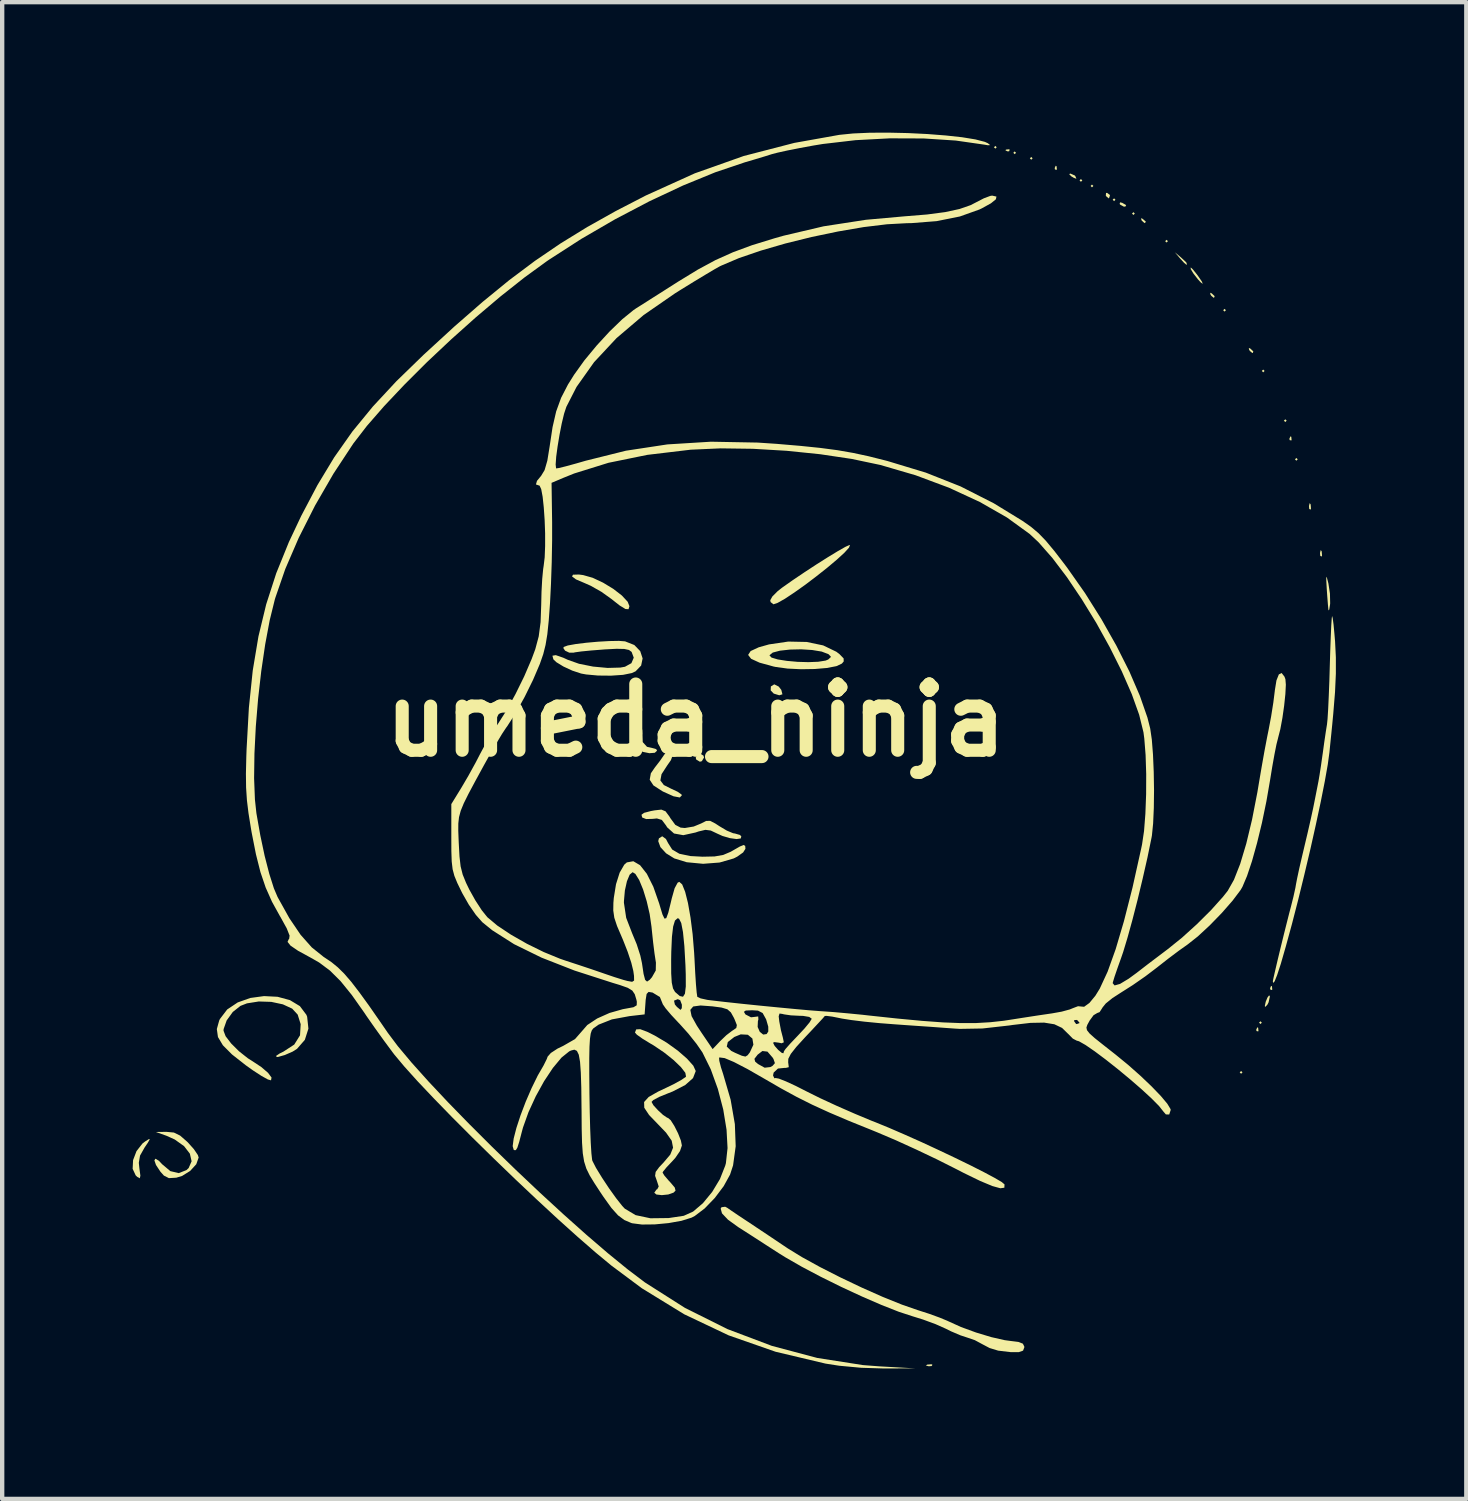
<source format=kicad_pcb>
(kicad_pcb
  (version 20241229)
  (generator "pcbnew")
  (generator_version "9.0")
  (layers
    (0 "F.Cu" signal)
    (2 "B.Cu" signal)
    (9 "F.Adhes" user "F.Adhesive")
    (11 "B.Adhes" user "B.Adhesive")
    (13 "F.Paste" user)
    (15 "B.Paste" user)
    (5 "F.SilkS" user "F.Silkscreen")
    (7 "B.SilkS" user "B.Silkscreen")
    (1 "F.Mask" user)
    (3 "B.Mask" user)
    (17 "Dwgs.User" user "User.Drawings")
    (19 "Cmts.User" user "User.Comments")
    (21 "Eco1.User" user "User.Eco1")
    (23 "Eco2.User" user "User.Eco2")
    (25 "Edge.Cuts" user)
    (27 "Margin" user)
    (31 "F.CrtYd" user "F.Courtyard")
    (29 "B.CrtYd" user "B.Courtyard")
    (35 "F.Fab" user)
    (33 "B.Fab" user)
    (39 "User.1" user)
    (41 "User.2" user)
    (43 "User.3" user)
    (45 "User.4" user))
  (footprint "umeda_ninja"
    (layer "F.Cu")
    (at 12.948 13.513)
    (property "Reference" "umeda_ninja" (at 0 0 0) (layer "F.SilkS") (effects (font (size 1.524 1.524) (thickness 0.3))))
    (attr board_only exclude_from_pos_files exclude_from_bom)
    (fp_poly (pts (xy 6.921 -13.176) (xy 6.89 -13.145) (xy 6.858 -13.176) (xy 6.89 -13.208)) (stroke (width 0) (type solid)) (fill yes) (layer "F.SilkS"))
    (fp_poly (pts (xy 7.366 -13.049) (xy 7.334 -13.018) (xy 7.303 -13.049) (xy 7.334 -13.081)) (stroke (width 0) (type solid)) (fill yes) (layer "F.SilkS"))
    (fp_poly (pts (xy 7.747 -12.922) (xy 7.715 -12.89) (xy 7.684 -12.922) (xy 7.715 -12.954)) (stroke (width 0) (type solid)) (fill yes) (layer "F.SilkS"))
    (fp_poly (pts (xy 8.89 -12.414) (xy 8.858 -12.383) (xy 8.826 -12.414) (xy 8.858 -12.446)) (stroke (width 0) (type solid)) (fill yes) (layer "F.SilkS"))
    (fp_poly (pts (xy 9.144 -12.287) (xy 9.112 -12.255) (xy 9.081 -12.287) (xy 9.112 -12.319)) (stroke (width 0) (type solid)) (fill yes) (layer "F.SilkS"))
    (fp_poly (pts (xy 9.652 -11.97) (xy 9.62 -11.938) (xy 9.588 -11.97) (xy 9.62 -12.002)) (stroke (width 0) (type solid)) (fill yes) (layer "F.SilkS"))
    (fp_poly (pts (xy 10.097 -11.652) (xy 10.065 -11.62) (xy 10.033 -11.652) (xy 10.065 -11.684)) (stroke (width 0) (type solid)) (fill yes) (layer "F.SilkS"))
    (fp_poly (pts (xy 10.858 -11.017) (xy 10.827 -10.986) (xy 10.795 -11.017) (xy 10.827 -11.049)) (stroke (width 0) (type solid)) (fill yes) (layer "F.SilkS"))
    (fp_poly (pts (xy 12.192 -9.43) (xy 12.16 -9.398) (xy 12.129 -9.43) (xy 12.16 -9.461)) (stroke (width 0) (type solid)) (fill yes) (layer "F.SilkS"))
    (fp_poly (pts (xy 12.573 8.096) (xy 12.541 8.128) (xy 12.509 8.096) (xy 12.541 8.065)) (stroke (width 0) (type solid)) (fill yes) (layer "F.SilkS"))
    (fp_poly (pts (xy 13.018 6.953) (xy 12.986 6.985) (xy 12.954 6.953) (xy 12.986 6.921)) (stroke (width 0) (type solid)) (fill yes) (layer "F.SilkS"))
    (fp_poly (pts (xy 13.081 -8.033) (xy 13.049 -8.001) (xy 13.018 -8.033) (xy 13.049 -8.065)) (stroke (width 0) (type solid)) (fill yes) (layer "F.SilkS"))
    (fp_poly (pts (xy 13.589 -6.89) (xy 13.557 -6.858) (xy 13.525 -6.89) (xy 13.557 -6.921)) (stroke (width 0) (type solid)) (fill yes) (layer "F.SilkS"))
    (fp_poly (pts (xy 13.843 -6.001) (xy 13.811 -5.969) (xy 13.78 -6.001) (xy 13.811 -6.032)) (stroke (width 0) (type solid)) (fill yes) (layer "F.SilkS"))
    (fp_poly (pts (xy 5.444 14.821) (xy 5.425 14.849) (xy 5.36 14.854) (xy 5.293 14.838) (xy 5.322 14.816) (xy 5.421 14.808)) (stroke (width 0) (type solid)) (fill yes) (layer "F.SilkS"))
    (fp_poly (pts (xy 7.218 -13.123) (xy 7.209 -13.086) (xy 7.176 -13.081) (xy 7.123 -13.104) (xy 7.133 -13.123) (xy 7.209 -13.131)) (stroke (width 0) (type solid)) (fill yes) (layer "F.SilkS"))
    (fp_poly (pts (xy 8.297 -12.742) (xy 8.305 -12.667) (xy 8.297 -12.658) (xy 8.26 -12.666) (xy 8.255 -12.7) (xy 8.278 -12.752)) (stroke (width 0) (type solid)) (fill yes) (layer "F.SilkS"))
    (fp_poly (pts (xy 12.933 7.07) (xy 12.94 7.145) (xy 12.933 7.154) (xy 12.895 7.146) (xy 12.89 7.112) (xy 12.914 7.06)) (stroke (width 0) (type solid)) (fill yes) (layer "F.SilkS"))
    (fp_poly (pts (xy 13.25 6.117) (xy 13.258 6.193) (xy 13.25 6.202) (xy 13.213 6.193) (xy 13.208 6.16) (xy 13.231 6.107)) (stroke (width 0) (type solid)) (fill yes) (layer "F.SilkS"))
    (fp_poly (pts (xy 13.695 -6.519) (xy 13.702 -6.444) (xy 13.695 -6.435) (xy 13.657 -6.443) (xy 13.652 -6.477) (xy 13.676 -6.529)) (stroke (width 0) (type solid)) (fill yes) (layer "F.SilkS"))
    (fp_poly (pts (xy 14.14 -4.965) (xy 14.148 -4.866) (xy 14.135 -4.843) (xy 14.107 -4.862) (xy 14.102 -4.927) (xy 14.118 -4.994)) (stroke (width 0) (type solid)) (fill yes) (layer "F.SilkS"))
    (fp_poly (pts (xy 14.394 -3.885) (xy 14.402 -3.786) (xy 14.389 -3.764) (xy 14.361 -3.783) (xy 14.356 -3.847) (xy 14.372 -3.915)) (stroke (width 0) (type solid)) (fill yes) (layer "F.SilkS"))
    (fp_poly (pts (xy 8.718 -12.527) (xy 8.731 -12.509) (xy 8.754 -12.452) (xy 8.694 -12.474) (xy 8.636 -12.509) (xy 8.587 -12.56) (xy 8.616 -12.572)) (stroke (width 0) (type solid)) (fill yes) (layer "F.SilkS"))
    (fp_poly (pts (xy 9.807 -11.899) (xy 9.897 -11.847) (xy 9.882 -11.814) (xy 9.846 -11.811) (xy 9.76 -11.857) (xy 9.748 -11.874) (xy 9.758 -11.91)) (stroke (width 0) (type solid)) (fill yes) (layer "F.SilkS"))
    (fp_poly (pts (xy 10.277 -11.531) (xy 10.345 -11.472) (xy 10.351 -11.458) (xy 10.32 -11.432) (xy 10.258 -11.49) (xy 10.249 -11.503) (xy 10.242 -11.547)) (stroke (width 0) (type solid)) (fill yes) (layer "F.SilkS"))
    (fp_poly (pts (xy 11.16 -10.642) (xy 11.28 -10.53) (xy 11.297 -10.481) (xy 11.281 -10.477) (xy 11.229 -10.52) (xy 11.138 -10.62) (xy 11.017 -10.763)) (stroke (width 0) (type solid)) (fill yes) (layer "F.SilkS"))
    (fp_poly (pts (xy 11.865 -9.817) (xy 11.933 -9.753) (xy 11.919 -9.716) (xy 11.91 -9.716) (xy 11.856 -9.761) (xy 11.837 -9.789) (xy 11.829 -9.832)) (stroke (width 0) (type solid)) (fill yes) (layer "F.SilkS"))
    (fp_poly (pts (xy 12.754 -8.547) (xy 12.822 -8.483) (xy 12.808 -8.446) (xy 12.799 -8.445) (xy 12.745 -8.491) (xy 12.726 -8.519) (xy 12.718 -8.562)) (stroke (width 0) (type solid)) (fill yes) (layer "F.SilkS"))
    (fp_poly (pts (xy 0.179 0.813) (xy 0.191 0.857) (xy 0.14 0.941) (xy 0.095 0.953) (xy 0.011 0.902) (xy 0 0.857) (xy 0.051 0.773) (xy 0.095 0.762)) (stroke (width 0) (type solid)) (fill yes) (layer "F.SilkS"))
    (fp_poly (pts (xy 9.522 -12.082) (xy 9.525 -12.065) (xy 9.503 -12.003) (xy 9.497 -12.002) (xy 9.443 -12.046) (xy 9.43 -12.065) (xy 9.435 -12.124) (xy 9.458 -12.129)) (stroke (width 0) (type solid)) (fill yes) (layer "F.SilkS"))
    (fp_poly (pts (xy 13.203 6.35) (xy 13.173 6.486) (xy 13.145 6.54) (xy 13.096 6.591) (xy 13.086 6.572) (xy 13.108 6.47) (xy 13.148 6.374) (xy 13.186 6.324)) (stroke (width 0) (type solid)) (fill yes) (layer "F.SilkS"))
    (fp_poly (pts (xy 1.909 -0.775) (xy 1.968 -0.699) (xy 1.994 -0.597) (xy 1.921 -0.575) (xy 1.794 -0.614) (xy 1.724 -0.687) (xy 1.728 -0.778) (xy 1.803 -0.825) (xy 1.808 -0.826)) (stroke (width 0) (type solid)) (fill yes) (layer "F.SilkS"))
    (fp_poly (pts (xy 11.432 -10.368) (xy 11.523 -10.255) (xy 11.547 -10.223) (xy 11.639 -10.089) (xy 11.659 -10.035) (xy 11.61 -10.072) (xy 11.545 -10.144) (xy 11.444 -10.275) (xy 11.383 -10.376) (xy 11.383 -10.414)) (stroke (width 0) (type solid)) (fill yes) (layer "F.SilkS"))
    (fp_poly (pts (xy 14.515 -3.276) (xy 14.547 -3.152) (xy 14.549 -3.143) (xy 14.584 -2.915) (xy 14.589 -2.692) (xy 14.587 -2.667) (xy 14.568 -2.547) (xy 14.552 -2.526) (xy 14.549 -2.54) (xy 14.538 -2.652) (xy 14.523 -2.844) (xy 14.511 -3.016) (xy 14.5 -3.217) (xy 14.5 -3.301)) (stroke (width 0) (type solid)) (fill yes) (layer "F.SilkS"))
    (fp_poly (pts (xy -12.553 9.635) (xy -12.601 9.718) (xy -12.673 9.824) (xy -12.778 10.01) (xy -12.806 10.176) (xy -12.793 10.301) (xy -12.77 10.471) (xy -12.783 10.532) (xy -12.841 10.5) (xy -12.878 10.465) (xy -12.948 10.314) (xy -12.938 10.114) (xy -12.859 9.907) (xy -12.722 9.732) (xy -12.66 9.684) (xy -12.573 9.63)) (stroke (width 0) (type solid)) (fill yes) (layer "F.SilkS"))
    (fp_poly (pts (xy -1.23 0.213) (xy -1.225 0.319) (xy -1.228 0.33) (xy -1.221 0.499) (xy -1.12 0.61) (xy -1.008 0.635) (xy -0.909 0.663) (xy -0.889 0.699) (xy -0.941 0.747) (xy -1.065 0.757) (xy -1.212 0.727) (xy -1.285 0.694) (xy -1.431 0.564) (xy -1.48 0.418) (xy -1.424 0.29) (xy -1.303 0.202)) (stroke (width 0) (type solid)) (fill yes) (layer "F.SilkS"))
    (fp_poly (pts (xy -2.588 -3.339) (xy -2.37 -3.277) (xy -2.131 -3.165) (xy -1.897 -3.023) (xy -1.699 -2.87) (xy -1.565 -2.726) (xy -1.524 -2.624) (xy -1.545 -2.554) (xy -1.617 -2.559) (xy -1.753 -2.643) (xy -1.942 -2.792) (xy -2.167 -2.953) (xy -2.414 -3.093) (xy -2.552 -3.154) (xy -2.754 -3.24) (xy -2.844 -3.308) (xy -2.822 -3.348) (xy -2.686 -3.352)) (stroke (width 0) (type solid)) (fill yes) (layer "F.SilkS"))
    (fp_poly (pts (xy 3.547 -4.031) (xy 3.525 -3.97) (xy 3.418 -3.852) (xy 3.244 -3.693) (xy 3.023 -3.507) (xy 2.774 -3.31) (xy 2.517 -3.115) (xy 2.269 -2.939) (xy 2.052 -2.795) (xy 1.884 -2.7) (xy 1.787 -2.667) (xy 1.722 -2.718) (xy 1.714 -2.76) (xy 1.763 -2.848) (xy 1.886 -2.971) (xy 1.984 -3.048) (xy 2.231 -3.222) (xy 2.504 -3.406) (xy 2.782 -3.588) (xy 3.045 -3.754) (xy 3.272 -3.892) (xy 3.443 -3.989) (xy 3.536 -4.031)) (stroke (width 0) (type solid)) (fill yes) (layer "F.SilkS"))
    (fp_poly (pts (xy -0.572 0.74) (xy -0.568 0.743) (xy -0.533 0.814) (xy -0.57 0.916) (xy -0.657 1.041) (xy -0.786 1.24) (xy -0.813 1.383) (xy -0.733 1.489) (xy -0.572 1.57) (xy -0.416 1.643) (xy -0.326 1.707) (xy -0.318 1.724) (xy -0.366 1.775) (xy -0.509 1.748) (xy -0.739 1.645) (xy -0.768 1.63) (xy -0.973 1.497) (xy -1.058 1.367) (xy -1.032 1.22) (xy -0.941 1.087) (xy -0.82 0.93) (xy -0.726 0.794) (xy -0.721 0.786) (xy -0.648 0.707)) (stroke (width 0) (type solid)) (fill yes) (layer "F.SilkS"))
    (fp_poly (pts (xy -0.685 2.729) (xy -0.636 2.822) (xy -0.541 2.972) (xy -0.376 3.069) (xy -0.123 3.122) (xy 0.157 3.137) (xy 0.434 3.131) (xy 0.633 3.096) (xy 0.805 3.023) (xy 0.845 3) (xy 1.016 2.902) (xy 1.104 2.867) (xy 1.138 2.889) (xy 1.143 2.956) (xy 1.09 3.039) (xy 0.955 3.135) (xy 0.873 3.177) (xy 0.548 3.271) (xy 0.17 3.3) (xy -0.206 3.264) (xy -0.493 3.176) (xy -0.681 3.059) (xy -0.812 2.916) (xy -0.862 2.779) (xy -0.846 2.715) (xy -0.77 2.667)) (stroke (width 0) (type solid)) (fill yes) (layer "F.SilkS"))
    (fp_poly (pts (xy -11.999 9.48) (xy -11.856 9.55) (xy -11.689 9.696) (xy -11.677 9.708) (xy -11.539 9.863) (xy -11.449 9.996) (xy -11.43 10.054) (xy -11.485 10.209) (xy -11.625 10.362) (xy -11.811 10.478) (xy -11.944 10.518) (xy -12.114 10.528) (xy -12.229 10.47) (xy -12.309 10.38) (xy -12.411 10.226) (xy -12.448 10.12) (xy -12.424 10.081) (xy -12.343 10.13) (xy -12.27 10.208) (xy -12.081 10.367) (xy -11.888 10.413) (xy -11.71 10.343) (xy -11.66 10.296) (xy -11.592 10.14) (xy -11.632 9.966) (xy -11.766 9.792) (xy -11.981 9.639) (xy -12.172 9.553) (xy -12.414 9.467) (xy -12.169 9.464)) (stroke (width 0) (type solid)) (fill yes) (layer "F.SilkS"))
    (fp_poly (pts (xy -0.694 2.093) (xy -0.604 2.214) (xy -0.581 2.253) (xy -0.469 2.405) (xy -0.347 2.468) (xy -0.25 2.477) (xy -0.046 2.443) (xy 0.124 2.373) (xy 0.238 2.315) (xy 0.33 2.312) (xy 0.448 2.372) (xy 0.546 2.436) (xy 0.716 2.537) (xy 0.86 2.597) (xy 0.9 2.603) (xy 1.015 2.636) (xy 1.048 2.667) (xy 1.037 2.717) (xy 0.939 2.731) (xy 0.787 2.71) (xy 0.615 2.66) (xy 0.5 2.608) (xy 0.346 2.535) (xy 0.223 2.519) (xy 0.067 2.556) (xy -0.004 2.58) (xy -0.286 2.642) (xy -0.499 2.603) (xy -0.656 2.462) (xy -0.684 2.417) (xy -0.779 2.291) (xy -0.893 2.257) (xy -0.99 2.267) (xy -1.14 2.271) (xy -1.229 2.236) (xy -1.231 2.234) (xy -1.247 2.172) (xy -1.187 2.128) (xy -1.031 2.087) (xy -0.944 2.071) (xy -0.79 2.054)) (stroke (width 0) (type solid)) (fill yes) (layer "F.SilkS"))
    (fp_poly (pts (xy 2.552 -1.801) (xy 2.931 -1.722) (xy 3.234 -1.576) (xy 3.305 -1.522) (xy 3.401 -1.423) (xy 3.403 -1.353) (xy 3.361 -1.304) (xy 3.236 -1.245) (xy 3.017 -1.203) (xy 2.735 -1.179) (xy 2.423 -1.174) (xy 2.112 -1.189) (xy 1.835 -1.227) (xy 1.788 -1.237) (xy 1.468 -1.325) (xy 1.274 -1.414) (xy 1.213 -1.493) (xy 1.696 -1.493) (xy 1.743 -1.442) (xy 1.887 -1.399) (xy 2.097 -1.366) (xy 2.342 -1.344) (xy 2.592 -1.337) (xy 2.818 -1.346) (xy 2.987 -1.373) (xy 3.048 -1.398) (xy 3.111 -1.458) (xy 3.061 -1.514) (xy 3.048 -1.522) (xy 2.897 -1.58) (xy 2.678 -1.616) (xy 2.424 -1.632) (xy 2.167 -1.626) (xy 1.938 -1.601) (xy 1.771 -1.557) (xy 1.696 -1.495) (xy 1.696 -1.493) (xy 1.213 -1.493) (xy 1.205 -1.503) (xy 1.263 -1.592) (xy 1.448 -1.678) (xy 1.686 -1.745) (xy 2.128 -1.81)) (stroke (width 0) (type solid)) (fill yes) (layer "F.SilkS"))
    (fp_poly (pts (xy -1.624 -1.815) (xy -1.412 -1.731) (xy -1.276 -1.59) (xy -1.221 -1.423) (xy -1.255 -1.259) (xy -1.383 -1.126) (xy -1.47 -1.086) (xy -1.671 -1.045) (xy -1.946 -1.026) (xy -2.247 -1.029) (xy -2.52 -1.054) (xy -2.635 -1.075) (xy -2.838 -1.142) (xy -3.043 -1.237) (xy -3.205 -1.336) (xy -3.273 -1.401) (xy -3.295 -1.485) (xy -3.218 -1.498) (xy -3.044 -1.438) (xy -2.94 -1.39) (xy -2.682 -1.299) (xy -2.36 -1.235) (xy -2.027 -1.204) (xy -1.734 -1.212) (xy -1.627 -1.231) (xy -1.479 -1.313) (xy -1.425 -1.44) (xy -1.474 -1.572) (xy -1.535 -1.617) (xy -1.641 -1.64) (xy -1.819 -1.644) (xy -2.092 -1.63) (xy -2.14 -1.626) (xy -2.407 -1.605) (xy -2.63 -1.583) (xy -2.775 -1.563) (xy -2.808 -1.555) (xy -2.908 -1.555) (xy -3.004 -1.601) (xy -3.045 -1.662) (xy -3.033 -1.687) (xy -2.943 -1.72) (xy -2.76 -1.753) (xy -2.517 -1.783) (xy -2.248 -1.807) (xy -1.986 -1.822) (xy -1.765 -1.826)) (stroke (width 0) (type solid)) (fill yes) (layer "F.SilkS"))
    (fp_poly (pts (xy -9.615 6.358) (xy -9.331 6.435) (xy -9.102 6.573) (xy -8.952 6.773) (xy -8.935 6.818) (xy -8.906 7.091) (xy -8.988 7.348) (xy -9.168 7.555) (xy -9.271 7.62) (xy -9.451 7.698) (xy -9.6 7.74) (xy -9.634 7.743) (xy -9.65 7.718) (xy -9.568 7.662) (xy -9.482 7.62) (xy -9.232 7.457) (xy -9.099 7.244) (xy -9.084 6.988) (xy -9.153 6.768) (xy -9.279 6.631) (xy -9.493 6.532) (xy -9.76 6.475) (xy -10.047 6.466) (xy -10.319 6.509) (xy -10.468 6.567) (xy -10.645 6.707) (xy -10.786 6.902) (xy -10.856 7.101) (xy -10.858 7.138) (xy -10.81 7.265) (xy -10.682 7.432) (xy -10.502 7.611) (xy -10.297 7.773) (xy -10.205 7.831) (xy -9.99 7.973) (xy -9.834 8.107) (xy -9.754 8.215) (xy -9.766 8.279) (xy -9.839 8.259) (xy -9.988 8.176) (xy -10.189 8.045) (xy -10.346 7.933) (xy -10.663 7.684) (xy -10.873 7.473) (xy -10.986 7.284) (xy -11.012 7.1) (xy -10.958 6.905) (xy -10.941 6.869) (xy -10.774 6.65) (xy -10.532 6.488) (xy -10.241 6.385) (xy -9.926 6.342)) (stroke (width 0) (type solid)) (fill yes) (layer "F.SilkS"))
    (fp_poly (pts (xy 0.724 11.21) (xy 0.816 11.274) (xy 0.98 11.385) (xy 1.179 11.517) (xy 1.181 11.518) (xy 1.403 11.666) (xy 1.684 11.853) (xy 1.979 12.051) (xy 2.114 12.142) (xy 2.443 12.344) (xy 2.859 12.573) (xy 3.329 12.812) (xy 3.821 13.046) (xy 4.303 13.26) (xy 4.742 13.437) (xy 5.102 13.562) (xy 5.366 13.647) (xy 5.608 13.735) (xy 5.782 13.807) (xy 5.801 13.816) (xy 6.099 13.951) (xy 6.446 14.078) (xy 6.797 14.184) (xy 7.105 14.254) (xy 7.223 14.27) (xy 7.422 14.295) (xy 7.523 14.335) (xy 7.556 14.402) (xy 7.556 14.42) (xy 7.527 14.495) (xy 7.428 14.53) (xy 7.242 14.529) (xy 6.955 14.495) (xy 6.758 14.435) (xy 6.606 14.355) (xy 6.418 14.254) (xy 6.255 14.198) (xy 6.088 14.143) (xy 5.872 14.051) (xy 5.749 13.99) (xy 5.516 13.886) (xy 5.228 13.78) (xy 4.987 13.705) (xy 4.669 13.601) (xy 4.271 13.444) (xy 3.821 13.249) (xy 3.346 13.029) (xy 2.875 12.796) (xy 2.436 12.564) (xy 2.057 12.346) (xy 1.922 12.262) (xy 1.635 12.077) (xy 1.355 11.896) (xy 1.117 11.743) (xy 0.974 11.652) (xy 0.741 11.483) (xy 0.604 11.338) (xy 0.574 11.229) (xy 0.593 11.197) (xy 0.677 11.186)) (stroke (width 0) (type solid)) (fill yes) (layer "F.SilkS"))
    (fp_poly (pts (xy 14.647 -2.35) (xy 14.667 -2.201) (xy 14.688 -1.977) (xy 14.702 -1.81) (xy 14.72 -1.448) (xy 14.72 -1.071) (xy 14.701 -0.649) (xy 14.66 -0.147) (xy 14.637 0.095) (xy 14.616 0.305) (xy 14.589 0.569) (xy 14.573 0.73) (xy 14.534 1.018) (xy 14.465 1.407) (xy 14.372 1.877) (xy 14.259 2.405) (xy 14.132 2.972) (xy 13.994 3.555) (xy 13.852 4.135) (xy 13.709 4.69) (xy 13.57 5.198) (xy 13.453 5.604) (xy 13.371 5.855) (xy 13.312 6.003) (xy 13.278 6.04) (xy 13.271 6) (xy 13.286 5.925) (xy 13.325 5.754) (xy 13.381 5.514) (xy 13.448 5.235) (xy 13.52 4.942) (xy 13.59 4.663) (xy 13.65 4.426) (xy 13.687 4.286) (xy 13.744 4.059) (xy 13.79 3.85) (xy 13.802 3.778) (xy 13.829 3.638) (xy 13.878 3.409) (xy 13.943 3.129) (xy 13.992 2.921) (xy 14.068 2.601) (xy 14.14 2.286) (xy 14.198 2.02) (xy 14.221 1.905) (xy 14.266 1.678) (xy 14.305 1.479) (xy 14.321 1.397) (xy 14.345 1.256) (xy 14.379 1.036) (xy 14.415 0.781) (xy 14.418 0.762) (xy 14.454 0.5) (xy 14.489 0.263) (xy 14.515 0.101) (xy 14.516 0.095) (xy 14.529 -0.029) (xy 14.543 -0.256) (xy 14.557 -0.56) (xy 14.571 -0.917) (xy 14.58 -1.235) (xy 14.591 -1.602) (xy 14.603 -1.922) (xy 14.614 -2.176) (xy 14.625 -2.341) (xy 14.633 -2.399)) (stroke (width 0) (type solid)) (fill yes) (layer "F.SilkS"))
    (fp_poly (pts (xy -1.102 7.169) (xy -0.94 7.251) (xy -0.664 7.415) (xy -0.41 7.598) (xy -0.2 7.781) (xy -0.055 7.943) (xy -0.000054 8.064) (xy 0 8.067) (xy -0.062 8.228) (xy -0.241 8.387) (xy -0.528 8.535) (xy -0.649 8.583) (xy -0.841 8.661) (xy -0.974 8.732) (xy -1.016 8.775) (xy -0.973 8.852) (xy -0.87 8.965) (xy -0.751 9.075) (xy -0.656 9.139) (xy -0.637 9.144) (xy -0.575 9.197) (xy -0.491 9.329) (xy -0.406 9.498) (xy -0.341 9.663) (xy -0.318 9.778) (xy -0.361 9.904) (xy -0.47 10.064) (xy -0.54 10.141) (xy -0.668 10.276) (xy -0.748 10.374) (xy -0.762 10.401) (xy -0.722 10.467) (xy -0.623 10.583) (xy -0.588 10.62) (xy -0.483 10.743) (xy -0.464 10.815) (xy -0.509 10.861) (xy -0.631 10.904) (xy -0.779 10.919) (xy -0.903 10.905) (xy -0.953 10.864) (xy -0.903 10.791) (xy -0.884 10.783) (xy -0.851 10.72) (xy -0.895 10.585) (xy -0.934 10.475) (xy -0.921 10.385) (xy -0.84 10.275) (xy -0.741 10.171) (xy -0.585 9.987) (xy -0.521 9.828) (xy -0.552 9.668) (xy -0.682 9.482) (xy -0.857 9.3) (xy -1.072 9.077) (xy -1.183 8.91) (xy -1.187 8.778) (xy -1.082 8.662) (xy -0.864 8.538) (xy -0.737 8.478) (xy -0.512 8.37) (xy -0.334 8.272) (xy -0.232 8.203) (xy -0.223 8.192) (xy -0.239 8.106) (xy -0.342 7.973) (xy -0.512 7.81) (xy -0.728 7.638) (xy -0.968 7.476) (xy -1.042 7.433) (xy -1.225 7.321) (xy -1.353 7.23) (xy -1.397 7.181) (xy -1.369 7.108) (xy -1.276 7.103)) (stroke (width 0) (type solid)) (fill yes) (layer "F.SilkS"))
    (fp_poly (pts (xy 4.879 -13.503) (xy 5.326 -13.481) (xy 5.75 -13.448) (xy 6.126 -13.407) (xy 6.433 -13.357) (xy 6.648 -13.301) (xy 6.718 -13.269) (xy 6.771 -13.226) (xy 6.718 -13.223) (xy 6.636 -13.237) (xy 5.98 -13.331) (xy 5.243 -13.379) (xy 4.463 -13.382) (xy 3.677 -13.34) (xy 2.923 -13.252) (xy 2.709 -13.217) (xy 2.394 -13.159) (xy 2.106 -13.102) (xy 1.88 -13.052) (xy 1.756 -13.02) (xy 1.591 -12.968) (xy 1.356 -12.897) (xy 1.128 -12.83) (xy 0.452 -12.602) (xy -0.288 -12.299) (xy -1.066 -11.934) (xy -1.855 -11.52) (xy -2.63 -11.07) (xy -3.363 -10.598) (xy -3.429 -10.553) (xy -3.94 -10.181) (xy -4.488 -9.747) (xy -5.055 -9.267) (xy -5.624 -8.758) (xy -6.177 -8.238) (xy -6.695 -7.721) (xy -7.163 -7.226) (xy -7.561 -6.769) (xy -7.871 -6.367) (xy -7.874 -6.363) (xy -8.331 -5.669) (xy -8.754 -4.937) (xy -9.128 -4.197) (xy -9.438 -3.479) (xy -9.668 -2.813) (xy -9.679 -2.776) (xy -9.796 -2.301) (xy -9.9 -1.745) (xy -9.99 -1.134) (xy -10.063 -0.495) (xy -10.116 0.147) (xy -10.147 0.764) (xy -10.155 1.332) (xy -10.136 1.822) (xy -10.102 2.137) (xy -10.013 2.642) (xy -9.913 3.115) (xy -9.806 3.53) (xy -9.7 3.864) (xy -9.615 4.064) (xy -9.344 4.551) (xy -9.086 4.932) (xy -8.829 5.222) (xy -8.56 5.438) (xy -8.527 5.46) (xy -8.373 5.564) (xy -8.23 5.681) (xy -8.084 5.825) (xy -7.923 6.011) (xy -7.736 6.254) (xy -7.509 6.567) (xy -7.232 6.966) (xy -7.08 7.187) (xy -6.849 7.495) (xy -6.534 7.871) (xy -6.146 8.304) (xy -5.7 8.779) (xy -5.207 9.285) (xy -4.682 9.809) (xy -4.137 10.338) (xy -3.585 10.86) (xy -3.039 11.362) (xy -2.512 11.832) (xy -2.017 12.257) (xy -1.567 12.624) (xy -1.175 12.921) (xy -1.162 12.93) (xy -0.249 13.511) (xy 0.728 13.999) (xy 1.75 14.385) (xy 2.795 14.663) (xy 3.844 14.827) (xy 4.223 14.856) (xy 5.048 14.903) (xy 4.318 14.905) (xy 3.805 14.889) (xy 3.3 14.842) (xy 2.985 14.793) (xy 1.835 14.52) (xy 0.756 14.143) (xy -0.264 13.659) (xy -1.238 13.061) (xy -1.935 12.542) (xy -2.296 12.243) (xy -2.712 11.881) (xy -3.169 11.47) (xy -3.653 11.022) (xy -4.152 10.551) (xy -4.652 10.069) (xy -5.14 9.59) (xy -5.602 9.127) (xy -6.025 8.692) (xy -6.396 8.3) (xy -6.701 7.961) (xy -6.927 7.691) (xy -6.966 7.64) (xy -7.171 7.363) (xy -7.385 7.065) (xy -7.571 6.799) (xy -7.618 6.728) (xy -7.909 6.316) (xy -8.166 5.999) (xy -8.409 5.757) (xy -8.659 5.57) (xy -8.86 5.455) (xy -9.144 5.3) (xy -9.317 5.182) (xy -9.386 5.095) (xy -9.357 5.031) (xy -9.349 5.026) (xy -9.339 4.951) (xy -9.405 4.784) (xy -9.55 4.521) (xy -9.559 4.507) (xy -9.743 4.174) (xy -9.889 3.846) (xy -10.009 3.492) (xy -10.113 3.079) (xy -10.212 2.577) (xy -10.229 2.477) (xy -10.284 2.134) (xy -10.32 1.838) (xy -10.339 1.549) (xy -10.343 1.228) (xy -10.334 0.835) (xy -10.328 0.667) (xy -10.275 -0.288) (xy -10.186 -1.145) (xy -10.055 -1.929) (xy -9.877 -2.666) (xy -9.646 -3.381) (xy -9.355 -4.099) (xy -9.072 -4.699) (xy -8.698 -5.409) (xy -8.312 -6.048) (xy -7.894 -6.642) (xy -7.423 -7.216) (xy -6.881 -7.799) (xy -6.258 -8.404) (xy -5.549 -9.055) (xy -4.899 -9.622) (xy -4.29 -10.12) (xy -3.699 -10.563) (xy -3.107 -10.966) (xy -2.494 -11.343) (xy -1.839 -11.71) (xy -1.146 -12.068) (xy -0.022 -12.577) (xy 1.104 -12.976) (xy 2.267 -13.277) (xy 3.302 -13.462) (xy 3.619 -13.494) (xy 4.003 -13.511) (xy 4.43 -13.513)) (stroke (width 0) (type solid)) (fill yes) (layer "F.SilkS"))
    (fp_poly (pts (xy 6.915 -12.043) (xy 6.903 -11.981) (xy 6.789 -11.888) (xy 6.579 -11.772) (xy 6.525 -11.746) (xy 6.074 -11.585) (xy 5.539 -11.478) (xy 4.955 -11.432) (xy 4.858 -11.431) (xy 4.399 -11.406) (xy 3.861 -11.341) (xy 3.273 -11.24) (xy 2.664 -11.113) (xy 2.062 -10.964) (xy 1.497 -10.8) (xy 0.997 -10.629) (xy 0.592 -10.457) (xy 0.55 -10.437) (xy 0.426 -10.367) (xy 0.219 -10.244) (xy -0.046 -10.084) (xy -0.344 -9.9) (xy -0.475 -9.818) (xy -1.197 -9.319) (xy -1.82 -8.789) (xy -2.337 -8.235) (xy -2.741 -7.665) (xy -2.975 -7.207) (xy -3.027 -7.05) (xy -3.081 -6.825) (xy -3.132 -6.564) (xy -3.176 -6.299) (xy -3.208 -6.062) (xy -3.221 -5.882) (xy -3.211 -5.793) (xy -3.209 -5.792) (xy -3.145 -5.801) (xy -2.984 -5.841) (xy -2.754 -5.904) (xy -2.532 -5.968) (xy -1.605 -6.199) (xy -0.651 -6.344) (xy 0.351 -6.406) (xy 1.423 -6.386) (xy 1.856 -6.357) (xy 2.409 -6.31) (xy 2.866 -6.263) (xy 3.259 -6.211) (xy 3.62 -6.148) (xy 3.978 -6.071) (xy 4.367 -5.973) (xy 4.413 -5.961) (xy 5.291 -5.695) (xy 6.09 -5.378) (xy 6.854 -4.99) (xy 7.517 -4.584) (xy 7.709 -4.449) (xy 7.88 -4.305) (xy 8.052 -4.127) (xy 8.246 -3.894) (xy 8.485 -3.584) (xy 8.549 -3.498) (xy 8.951 -2.926) (xy 9.329 -2.325) (xy 9.673 -1.716) (xy 9.972 -1.122) (xy 10.213 -0.563) (xy 10.387 -0.063) (xy 10.451 0.189) (xy 10.488 0.443) (xy 10.515 0.788) (xy 10.532 1.188) (xy 10.539 1.609) (xy 10.534 2.016) (xy 10.518 2.375) (xy 10.49 2.652) (xy 10.48 2.706) (xy 10.387 3.159) (xy 10.277 3.643) (xy 10.16 4.13) (xy 10.041 4.593) (xy 9.928 5.002) (xy 9.829 5.329) (xy 9.785 5.457) (xy 9.698 5.701) (xy 9.63 5.899) (xy 9.593 6.022) (xy 9.588 6.045) (xy 9.632 6.097) (xy 9.757 6.062) (xy 9.956 5.942) (xy 10.139 5.808) (xy 10.39 5.614) (xy 10.665 5.406) (xy 10.858 5.26) (xy 11.183 4.998) (xy 11.524 4.689) (xy 11.849 4.366) (xy 12.121 4.063) (xy 12.233 3.922) (xy 12.376 3.669) (xy 12.52 3.303) (xy 12.66 2.836) (xy 12.793 2.283) (xy 12.915 1.656) (xy 12.953 1.429) (xy 13.013 1.076) (xy 13.079 0.704) (xy 13.143 0.369) (xy 13.173 0.222) (xy 13.231 -0.085) (xy 13.282 -0.407) (xy 13.316 -0.677) (xy 13.316 -0.683) (xy 13.354 -0.917) (xy 13.409 -1.055) (xy 13.473 -1.087) (xy 13.538 -1.004) (xy 13.56 -0.945) (xy 13.57 -0.818) (xy 13.559 -0.602) (xy 13.531 -0.336) (xy 13.491 -0.054) (xy 13.443 0.205) (xy 13.391 0.407) (xy 13.39 0.413) (xy 13.355 0.55) (xy 13.309 0.78) (xy 13.257 1.07) (xy 13.209 1.365) (xy 13.123 1.863) (xy 13.021 2.356) (xy 12.908 2.821) (xy 12.792 3.237) (xy 12.677 3.581) (xy 12.571 3.831) (xy 12.528 3.905) (xy 12.344 4.149) (xy 12.097 4.431) (xy 11.82 4.716) (xy 11.548 4.968) (xy 11.313 5.154) (xy 11.303 5.161) (xy 11.11 5.298) (xy 10.869 5.479) (xy 10.628 5.668) (xy 10.604 5.687) (xy 10.342 5.886) (xy 10.05 6.089) (xy 9.79 6.254) (xy 9.787 6.256) (xy 9.584 6.387) (xy 9.429 6.512) (xy 9.353 6.606) (xy 9.351 6.612) (xy 9.287 6.711) (xy 9.233 6.731) (xy 9.148 6.782) (xy 9.056 6.908) (xy 9.048 6.924) (xy 9.005 7.003) (xy 8.984 7.065) (xy 8.997 7.126) (xy 9.056 7.201) (xy 9.175 7.308) (xy 9.367 7.461) (xy 9.643 7.678) (xy 9.652 7.685) (xy 9.945 7.925) (xy 10.227 8.175) (xy 10.482 8.418) (xy 10.694 8.638) (xy 10.844 8.817) (xy 10.918 8.939) (xy 10.922 8.961) (xy 10.888 9.065) (xy 10.811 9.063) (xy 10.751 8.993) (xy 10.653 8.869) (xy 10.48 8.694) (xy 10.252 8.484) (xy 9.988 8.255) (xy 9.708 8.023) (xy 9.43 7.803) (xy 9.176 7.613) (xy 8.964 7.467) (xy 8.813 7.381) (xy 8.76 7.366) (xy 8.672 7.32) (xy 8.564 7.21) (xy 8.562 7.209) (xy 8.424 7.074) (xy 8.247 6.99) (xy 8.012 6.952) (xy 7.699 6.958) (xy 7.288 7.006) (xy 7.215 7.017) (xy 6.594 7.087) (xy 6.073 7.096) (xy 5.985 7.091) (xy 5.731 7.073) (xy 5.393 7.048) (xy 5.012 7.022) (xy 4.631 6.995) (xy 4.589 6.992) (xy 4.227 6.964) (xy 3.879 6.93) (xy 3.579 6.893) (xy 3.363 6.859) (xy 3.334 6.853) (xy 3.141 6.814) (xy 3.008 6.797) (xy 2.968 6.8) (xy 2.921 6.855) (xy 2.805 6.98) (xy 2.641 7.156) (xy 2.519 7.285) (xy 2.313 7.511) (xy 2.187 7.671) (xy 2.129 7.784) (xy 2.126 7.869) (xy 2.128 7.878) (xy 2.14 7.977) (xy 2.069 7.994) (xy 2.054 7.992) (xy 1.891 8.008) (xy 1.792 8.101) (xy 1.778 8.167) (xy 1.808 8.232) (xy 1.837 8.226) (xy 1.913 8.24) (xy 2.076 8.304) (xy 2.301 8.408) (xy 2.551 8.535) (xy 2.861 8.689) (xy 3.246 8.867) (xy 3.659 9.048) (xy 4.057 9.214) (xy 4.128 9.241) (xy 4.445 9.371) (xy 4.805 9.527) (xy 5.191 9.699) (xy 5.583 9.881) (xy 5.965 10.062) (xy 6.32 10.235) (xy 6.628 10.391) (xy 6.873 10.522) (xy 7.037 10.618) (xy 7.101 10.672) (xy 7.097 10.748) (xy 7.005 10.761) (xy 6.821 10.71) (xy 6.541 10.593) (xy 6.161 10.408) (xy 5.955 10.302) (xy 5.541 10.094) (xy 5.074 9.872) (xy 4.604 9.658) (xy 4.179 9.477) (xy 4.064 9.43) (xy 3.522 9.211) (xy 3.071 9.019) (xy 2.68 8.84) (xy 2.321 8.66) (xy 1.963 8.465) (xy 1.597 8.253) (xy 1.191 8.02) (xy 0.879 7.858) (xy 0.706 7.785) (xy 1.35 7.785) (xy 1.367 7.849) (xy 1.434 7.905) (xy 1.585 7.989) (xy 1.716 7.974) (xy 1.768 7.945) (xy 1.821 7.884) (xy 1.789 7.79) (xy 1.769 7.757) (xy 1.65 7.619) (xy 1.533 7.605) (xy 1.424 7.689) (xy 1.35 7.785) (xy 0.706 7.785) (xy 0.665 7.768) (xy 0.55 7.753) (xy 0.537 7.76) (xy 0.542 7.83) (xy 0.581 7.982) (xy 0.63 8.132) (xy 0.803 8.725) (xy 0.9 9.285) (xy 0.919 9.795) (xy 0.859 10.235) (xy 0.79 10.446) (xy 0.643 10.713) (xy 0.438 10.985) (xy 0.205 11.226) (xy -0.023 11.399) (xy -0.096 11.437) (xy -0.327 11.509) (xy -0.624 11.562) (xy -0.942 11.592) (xy -1.236 11.595) (xy -1.46 11.566) (xy -1.483 11.559) (xy -1.642 11.491) (xy -1.787 11.383) (xy -1.939 11.213) (xy -2.121 10.959) (xy -2.187 10.861) (xy -2.33 10.642) (xy -2.438 10.466) (xy -2.515 10.309) (xy -2.566 10.147) (xy -2.597 9.957) (xy -2.614 9.714) (xy -2.622 9.395) (xy -2.625 8.976) (xy -2.626 8.917) (xy -2.631 8.453) (xy -2.642 8.103) (xy -2.66 7.853) (xy -2.675 7.768) (xy -2.448 7.768) (xy -2.448 8.124) (xy -2.444 8.59) (xy -2.437 9.008) (xy -2.427 9.388) (xy -2.414 9.71) (xy -2.399 9.955) (xy -2.383 10.101) (xy -2.377 10.128) (xy -2.293 10.292) (xy -2.156 10.516) (xy -1.994 10.761) (xy -1.829 10.991) (xy -1.689 11.168) (xy -1.63 11.231) (xy -1.382 11.379) (xy -1.042 11.451) (xy -0.622 11.446) (xy -0.275 11.394) (xy -0.06 11.297) (xy 0.165 11.105) (xy 0.378 10.846) (xy 0.557 10.549) (xy 0.679 10.24) (xy 0.694 10.185) (xy 0.732 9.837) (xy 0.709 9.415) (xy 0.633 8.951) (xy 0.509 8.477) (xy 0.346 8.026) (xy 0.154 7.637) (xy 0.019 7.441) (xy -0.169 7.205) (xy -0.373 6.978) (xy -0.393 6.958) (xy -0.563 6.776) (xy -0.692 6.624) (xy -0.758 6.528) (xy -0.763 6.513) (xy -0.79 6.447) (xy -0.499 6.447) (xy -0.479 6.535) (xy -0.432 6.591) (xy -0.349 6.66) (xy -0.349 6.659) (xy -0.124 6.659) (xy -0.095 6.803) (xy 0.027 7.023) (xy 0.131 7.181) (xy 0.389 7.561) (xy 0.443 7.504) (xy 0.714 7.504) (xy 0.817 7.602) (xy 0.905 7.646) (xy 1.061 7.714) (xy 1.143 7.733) (xy 1.194 7.702) (xy 1.245 7.636) (xy 1.326 7.46) (xy 1.319 7.415) (xy 1.778 7.415) (xy 1.815 7.487) (xy 1.896 7.579) (xy 1.979 7.648) (xy 2.016 7.657) (xy 2.03 7.609) (xy 2.065 7.558) (xy 2.169 7.44) (xy 2.32 7.281) (xy 2.342 7.258) (xy 2.501 7.088) (xy 2.617 6.948) (xy 2.667 6.866) (xy 2.667 6.862) (xy 2.61 6.821) (xy 2.467 6.797) (xy 2.386 6.795) (xy 2.188 6.785) (xy 2.03 6.762) (xy 1.997 6.753) (xy 1.927 6.743) (xy 1.908 6.807) (xy 1.922 6.927) (xy 1.96 7.128) (xy 2.004 7.297) (xy 2.026 7.405) (xy 1.974 7.427) (xy 1.915 7.414) (xy 1.808 7.4) (xy 1.778 7.415) (xy 1.319 7.415) (xy 1.303 7.318) (xy 1.199 7.231) (xy 1.036 7.222) (xy 0.888 7.282) (xy 0.738 7.399) (xy 0.714 7.504) (xy 0.443 7.504) (xy 0.56 7.38) (xy 0.705 7.241) (xy 0.84 7.138) (xy 0.856 7.129) (xy 0.933 7.075) (xy 0.946 7.008) (xy 0.896 6.882) (xy 0.877 6.84) (xy 0.809 6.718) (xy 0.794 6.704) (xy 1.108 6.704) (xy 1.144 6.764) (xy 1.272 6.83) (xy 1.349 6.821) (xy 1.437 6.81) (xy 1.441 6.88) (xy 1.43 6.918) (xy 1.424 7.052) (xy 1.473 7.163) (xy 1.552 7.227) (xy 1.631 7.215) (xy 1.669 7.156) (xy 1.668 7.045) (xy 1.622 6.886) (xy 1.616 6.871) (xy 1.539 6.732) (xy 1.432 6.676) (xy 1.297 6.668) (xy 1.15 6.674) (xy 1.108 6.704) (xy 0.794 6.704) (xy 0.728 6.646) (xy 0.595 6.606) (xy 0.385 6.578) (xy 0.111 6.558) (xy -0.058 6.581) (xy -0.124 6.659) (xy -0.349 6.659) (xy -0.32 6.621) (xy -0.318 6.54) (xy -0.357 6.437) (xy -0.413 6.413) (xy -0.499 6.447) (xy -0.79 6.447) (xy -0.824 6.363) (xy -0.991 6.262) (xy -0.996 6.26) (xy -1.084 6.246) (xy -1.129 6.293) (xy -1.151 6.431) (xy -1.155 6.49) (xy -1.175 6.763) (xy -1.524 6.803) (xy -1.928 6.878) (xy -2.232 6.998) (xy -2.356 7.086) (xy -2.39 7.131) (xy -2.415 7.205) (xy -2.432 7.325) (xy -2.443 7.508) (xy -2.448 7.768) (xy -2.675 7.768) (xy -2.689 7.69) (xy -2.732 7.602) (xy -2.791 7.574) (xy -2.869 7.594) (xy -2.91 7.614) (xy -3.086 7.756) (xy -3.284 7.994) (xy -3.487 8.3) (xy -3.679 8.648) (xy -3.846 9.012) (xy -3.972 9.365) (xy -3.998 9.461) (xy -4.059 9.696) (xy -4.102 9.829) (xy -4.136 9.884) (xy -4.172 9.885) (xy -4.185 9.878) (xy -4.209 9.793) (xy -4.186 9.617) (xy -4.123 9.373) (xy -4.028 9.083) (xy -3.909 8.77) (xy -3.774 8.458) (xy -3.632 8.168) (xy -3.499 7.938) (xy -3.425 7.789) (xy -3.405 7.734) (xy -3.331 7.65) (xy -3.178 7.55) (xy -3.048 7.487) (xy -2.776 7.331) (xy -2.628 7.162) (xy -2.493 7.007) (xy -2.266 6.857) (xy -1.982 6.73) (xy -1.676 6.643) (xy -1.599 6.629) (xy -1.43 6.598) (xy -1.357 6.554) (xy -1.354 6.472) (xy -1.365 6.421) (xy -1.402 6.299) (xy -1.458 6.216) (xy -1.562 6.152) (xy -1.743 6.088) (xy -1.909 6.038) (xy -2.789 5.754) (xy -3.545 5.458) (xy -4.177 5.148) (xy -4.682 4.826) (xy -4.906 4.644) (xy -5.053 4.478) (xy -5.217 4.241) (xy -5.367 3.978) (xy -5.382 3.948) (xy -5.482 3.742) (xy -5.549 3.579) (xy -5.59 3.426) (xy -5.611 3.247) (xy -5.619 3.009) (xy -5.62 2.697) (xy -5.62 2.54) (xy -5.46 2.54) (xy -5.452 2.75) (xy -5.449 2.821) (xy -5.432 3.132) (xy -5.406 3.359) (xy -5.359 3.546) (xy -5.282 3.736) (xy -5.205 3.895) (xy -5.068 4.14) (xy -4.92 4.368) (xy -4.791 4.529) (xy -4.789 4.53) (xy -4.563 4.72) (xy -4.249 4.929) (xy -3.881 5.139) (xy -3.493 5.33) (xy -3.118 5.484) (xy -2.993 5.527) (xy -2.694 5.625) (xy -2.391 5.726) (xy -2.141 5.812) (xy -2.095 5.828) (xy -1.869 5.905) (xy -1.665 5.969) (xy -1.571 5.994) (xy -1.462 6.014) (xy -1.417 5.985) (xy -1.419 5.877) (xy -1.435 5.764) (xy -1.481 5.576) (xy -1.565 5.323) (xy -1.672 5.051) (xy -1.698 4.99) (xy -1.809 4.731) (xy -1.872 4.541) (xy -1.896 4.374) (xy -1.893 4.195) (xy -1.651 4.195) (xy -1.599 4.542) (xy -1.463 4.895) (xy -1.357 5.15) (xy -1.274 5.409) (xy -1.236 5.584) (xy -1.199 5.832) (xy -1.163 5.969) (xy -1.119 6.009) (xy -1.056 5.966) (xy -1.007 5.909) (xy -0.919 5.754) (xy -0.915 5.573) (xy -0.922 5.528) (xy -0.926 5.504) (xy -0.565 5.504) (xy -0.564 5.82) (xy -0.551 6.032) (xy -0.522 6.166) (xy -0.476 6.246) (xy -0.472 6.25) (xy -0.366 6.341) (xy -0.292 6.357) (xy -0.248 6.287) (xy -0.228 6.12) (xy -0.229 5.845) (xy -0.236 5.636) (xy -0.261 5.192) (xy -0.293 4.87) (xy -0.333 4.662) (xy -0.383 4.563) (xy -0.417 4.552) (xy -0.477 4.605) (xy -0.519 4.743) (xy -0.547 4.979) (xy -0.562 5.324) (xy -0.565 5.504) (xy -0.926 5.504) (xy -0.948 5.359) (xy -0.979 5.11) (xy -1.009 4.827) (xy -1.017 4.747) (xy -1.059 4.455) (xy -1.127 4.161) (xy -1.21 3.891) (xy -1.3 3.673) (xy -1.388 3.532) (xy -1.451 3.493) (xy -1.519 3.55) (xy -1.582 3.702) (xy -1.629 3.914) (xy -1.65 4.152) (xy -1.651 4.195) (xy -1.893 4.195) (xy -1.892 4.186) (xy -1.884 4.087) (xy -1.833 3.77) (xy -1.749 3.504) (xy -1.643 3.32) (xy -1.584 3.268) (xy -1.435 3.241) (xy -1.28 3.332) (xy -1.124 3.53) (xy -0.975 3.827) (xy -0.84 4.213) (xy -0.823 4.271) (xy -0.764 4.466) (xy -0.718 4.561) (xy -0.677 4.55) (xy -0.631 4.426) (xy -0.572 4.186) (xy -0.551 4.096) (xy -0.485 3.863) (xy -0.416 3.735) (xy -0.378 3.715) (xy -0.311 3.775) (xy -0.243 3.944) (xy -0.178 4.203) (xy -0.12 4.534) (xy -0.071 4.918) (xy -0.037 5.337) (xy -0.028 5.491) (xy -0.012 5.802) (xy 0.005 6.067) (xy 0.022 6.26) (xy 0.036 6.356) (xy 0.038 6.36) (xy 0.113 6.395) (xy 0.268 6.429) (xy 0.335 6.438) (xy 0.665 6.476) (xy 1.053 6.518) (xy 1.472 6.561) (xy 1.891 6.602) (xy 2.281 6.639) (xy 2.614 6.669) (xy 2.86 6.688) (xy 2.921 6.692) (xy 3.174 6.71) (xy 3.499 6.739) (xy 3.838 6.772) (xy 3.969 6.787) (xy 4.641 6.859) (xy 5.207 6.912) (xy 5.685 6.947) (xy 6.092 6.963) (xy 6.449 6.962) (xy 6.774 6.943) (xy 7.003 6.918) (xy 8.7 6.918) (xy 8.746 6.982) (xy 8.763 6.985) (xy 8.825 6.963) (xy 8.826 6.957) (xy 8.782 6.903) (xy 8.763 6.89) (xy 8.704 6.895) (xy 8.7 6.918) (xy 7.003 6.918) (xy 7.084 6.909) (xy 7.239 6.885) (xy 7.552 6.836) (xy 7.863 6.788) (xy 8.121 6.75) (xy 8.191 6.74) (xy 8.414 6.7) (xy 8.602 6.649) (xy 8.675 6.619) (xy 8.791 6.575) (xy 8.844 6.58) (xy 8.931 6.588) (xy 9.053 6.5) (xy 9.19 6.334) (xy 9.291 6.17) (xy 9.472 5.779) (xy 9.657 5.262) (xy 9.847 4.619) (xy 10.043 3.851) (xy 10.242 2.956) (xy 10.263 2.857) (xy 10.309 2.548) (xy 10.34 2.15) (xy 10.357 1.7) (xy 10.359 1.237) (xy 10.345 0.798) (xy 10.315 0.42) (xy 10.296 0.276) (xy 10.197 -0.127) (xy 10.027 -0.602) (xy 9.797 -1.127) (xy 9.52 -1.681) (xy 9.21 -2.241) (xy 8.877 -2.784) (xy 8.537 -3.289) (xy 8.2 -3.734) (xy 7.88 -4.097) (xy 7.677 -4.286) (xy 7.157 -4.663) (xy 6.533 -5.02) (xy 5.826 -5.347) (xy 5.057 -5.634) (xy 4.25 -5.87) (xy 4.227 -5.875) (xy 3.587 -6.01) (xy 2.862 -6.118) (xy 2.091 -6.197) (xy 1.314 -6.243) (xy 0.571 -6.253) (xy -0.098 -6.223) (xy -0.118 -6.222) (xy -1.115 -6.103) (xy -2.006 -5.921) (xy -2.796 -5.675) (xy -3.039 -5.577) (xy -3.315 -5.46) (xy -3.302 -4.556) (xy -3.302 -4.13) (xy -3.311 -3.638) (xy -3.328 -3.142) (xy -3.35 -2.7) (xy -3.35 -2.699) (xy -3.38 -2.291) (xy -3.412 -1.979) (xy -3.453 -1.732) (xy -3.506 -1.521) (xy -3.578 -1.313) (xy -3.581 -1.303) (xy -3.741 -0.929) (xy -3.935 -0.535) (xy -4.14 -0.166) (xy -4.333 0.135) (xy -4.361 0.173) (xy -4.453 0.312) (xy -4.585 0.532) (xy -4.739 0.799) (xy -4.868 1.03) (xy -5.073 1.406) (xy -5.225 1.691) (xy -5.333 1.908) (xy -5.403 2.079) (xy -5.443 2.227) (xy -5.459 2.373) (xy -5.46 2.54) (xy -5.62 2.54) (xy -5.62 1.927) (xy -5.389 1.551) (xy -5.23 1.28) (xy -5.061 0.973) (xy -4.958 0.774) (xy -4.817 0.513) (xy -4.657 0.247) (xy -4.544 0.076) (xy -4.351 -0.226) (xy -4.144 -0.603) (xy -3.943 -1.012) (xy -3.773 -1.408) (xy -3.689 -1.635) (xy -3.61 -1.93) (xy -3.567 -2.258) (xy -3.553 -2.651) (xy -3.546 -2.956) (xy -3.53 -3.247) (xy -3.508 -3.478) (xy -3.497 -3.548) (xy -3.473 -3.746) (xy -3.463 -4.006) (xy -3.463 -4.301) (xy -3.474 -4.606) (xy -3.494 -4.895) (xy -3.52 -5.14) (xy -3.553 -5.315) (xy -3.59 -5.395) (xy -3.597 -5.397) (xy -3.674 -5.423) (xy -3.65 -5.506) (xy -3.555 -5.621) (xy -3.475 -5.753) (xy -3.412 -5.97) (xy -3.36 -6.291) (xy -3.292 -6.741) (xy -3.209 -7.102) (xy -3.095 -7.416) (xy -2.938 -7.72) (xy -2.796 -7.947) (xy -2.56 -8.276) (xy -2.279 -8.616) (xy -1.98 -8.941) (xy -1.688 -9.223) (xy -1.43 -9.433) (xy -1.365 -9.477) (xy -1.214 -9.572) (xy -0.986 -9.717) (xy -0.71 -9.892) (xy -0.417 -10.079) (xy -0.391 -10.095) (xy 0.05 -10.364) (xy 0.452 -10.581) (xy 0.855 -10.762) (xy 1.293 -10.924) (xy 1.806 -11.082) (xy 2.025 -11.144) (xy 2.941 -11.359) (xy 3.913 -11.509) (xy 4.794 -11.588) (xy 5.321 -11.631) (xy 5.738 -11.686) (xy 6.066 -11.757) (xy 6.322 -11.846) (xy 6.448 -11.911) (xy 6.626 -12.003) (xy 6.773 -12.058) (xy 6.816 -12.065)) (stroke (width 0) (type solid)) (fill yes) (layer "F.SilkS")))
  (gr_rect
    (start -3 -3)
    (end 30.668 31.418)
    (stroke (width 0.1) (type default))
    (fill no)
    (layer "Edge.Cuts")))
</source>
